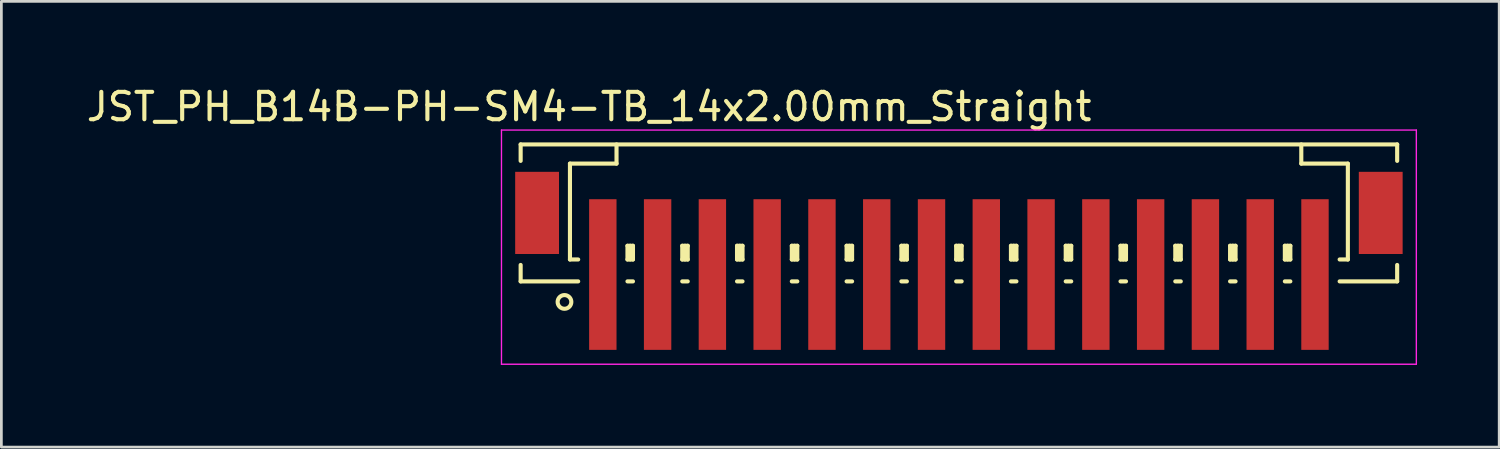
<source format=kicad_pcb>
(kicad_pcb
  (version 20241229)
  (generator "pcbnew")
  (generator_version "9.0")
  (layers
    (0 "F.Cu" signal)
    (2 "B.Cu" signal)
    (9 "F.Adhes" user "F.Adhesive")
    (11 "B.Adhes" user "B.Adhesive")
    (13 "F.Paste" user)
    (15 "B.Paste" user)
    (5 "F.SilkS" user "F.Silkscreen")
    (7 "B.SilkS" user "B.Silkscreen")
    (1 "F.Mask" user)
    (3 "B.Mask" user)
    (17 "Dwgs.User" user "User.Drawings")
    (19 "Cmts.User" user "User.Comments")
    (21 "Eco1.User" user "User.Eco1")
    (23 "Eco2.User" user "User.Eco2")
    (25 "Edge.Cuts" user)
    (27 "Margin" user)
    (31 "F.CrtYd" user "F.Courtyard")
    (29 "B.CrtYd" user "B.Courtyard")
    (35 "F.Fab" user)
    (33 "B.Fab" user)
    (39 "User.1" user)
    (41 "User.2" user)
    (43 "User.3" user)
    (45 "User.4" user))
  (footprint "JST_PH_B14B-PH-SM4-TB_14x2.00mm_Straight"
    (layer "F.Cu")
    (at 31.958 5.848)
    (property "Reference" "JST_PH_B14B-PH-SM4-TB_14x2.00mm_Straight" (at -13.5 -5 0) (layer "F.SilkS") (effects (font (size 1 1) (thickness 0.15))))
    (attr smd)
    (fp_line (start -16 -3.625) (end 16 -3.625) (stroke (width 0.15) (type solid)) (layer "F.SilkS"))
    (fp_line (start -16 -3.025) (end -16 -3.625) (stroke (width 0.15) (type solid)) (layer "F.SilkS"))
    (fp_line (start -16 0.775) (end -16 1.375) (stroke (width 0.15) (type solid)) (layer "F.SilkS"))
    (fp_line (start -16 1.375) (end -13.9 1.375) (stroke (width 0.15) (type solid)) (layer "F.SilkS"))
    (fp_line (start -14.2 -2.925) (end -14.2 0.575) (stroke (width 0.15) (type solid)) (layer "F.SilkS"))
    (fp_line (start -14.2 0.575) (end -13.9 0.575) (stroke (width 0.15) (type solid)) (layer "F.SilkS"))
    (fp_line (start -12.5 -3.625) (end -12.5 -2.925) (stroke (width 0.15) (type solid)) (layer "F.SilkS"))
    (fp_line (start -12.5 -2.925) (end -14.2 -2.925) (stroke (width 0.15) (type solid)) (layer "F.SilkS"))
    (fp_line (start -12.1 0.075) (end -11.9 0.075) (stroke (width 0.15) (type solid)) (layer "F.SilkS"))
    (fp_line (start -12.1 0.575) (end -12.1 0.075) (stroke (width 0.15) (type solid)) (layer "F.SilkS"))
    (fp_line (start -12.1 0.575) (end -11.9 0.575) (stroke (width 0.15) (type solid)) (layer "F.SilkS"))
    (fp_line (start -12.1 1.375) (end -11.9 1.375) (stroke (width 0.15) (type solid)) (layer "F.SilkS"))
    (fp_line (start -12 0.575) (end -12 0.075) (stroke (width 0.15) (type solid)) (layer "F.SilkS"))
    (fp_line (start -11.9 0.075) (end -11.9 0.575) (stroke (width 0.15) (type solid)) (layer "F.SilkS"))
    (fp_line (start -10.1 0.075) (end -9.9 0.075) (stroke (width 0.15) (type solid)) (layer "F.SilkS"))
    (fp_line (start -10.1 0.575) (end -10.1 0.075) (stroke (width 0.15) (type solid)) (layer "F.SilkS"))
    (fp_line (start -10.1 0.575) (end -9.9 0.575) (stroke (width 0.15) (type solid)) (layer "F.SilkS"))
    (fp_line (start -10.1 1.375) (end -9.9 1.375) (stroke (width 0.15) (type solid)) (layer "F.SilkS"))
    (fp_line (start -10 0.575) (end -10 0.075) (stroke (width 0.15) (type solid)) (layer "F.SilkS"))
    (fp_line (start -9.9 0.075) (end -9.9 0.575) (stroke (width 0.15) (type solid)) (layer "F.SilkS"))
    (fp_line (start -8.1 0.075) (end -7.9 0.075) (stroke (width 0.15) (type solid)) (layer "F.SilkS"))
    (fp_line (start -8.1 0.575) (end -8.1 0.075) (stroke (width 0.15) (type solid)) (layer "F.SilkS"))
    (fp_line (start -8.1 0.575) (end -7.9 0.575) (stroke (width 0.15) (type solid)) (layer "F.SilkS"))
    (fp_line (start -8.1 1.375) (end -7.9 1.375) (stroke (width 0.15) (type solid)) (layer "F.SilkS"))
    (fp_line (start -8 0.575) (end -8 0.075) (stroke (width 0.15) (type solid)) (layer "F.SilkS"))
    (fp_line (start -7.9 0.075) (end -7.9 0.575) (stroke (width 0.15) (type solid)) (layer "F.SilkS"))
    (fp_line (start -6.1 0.075) (end -5.9 0.075) (stroke (width 0.15) (type solid)) (layer "F.SilkS"))
    (fp_line (start -6.1 0.575) (end -6.1 0.075) (stroke (width 0.15) (type solid)) (layer "F.SilkS"))
    (fp_line (start -6.1 0.575) (end -5.9 0.575) (stroke (width 0.15) (type solid)) (layer "F.SilkS"))
    (fp_line (start -6.1 1.375) (end -5.9 1.375) (stroke (width 0.15) (type solid)) (layer "F.SilkS"))
    (fp_line (start -6 0.575) (end -6 0.075) (stroke (width 0.15) (type solid)) (layer "F.SilkS"))
    (fp_line (start -5.9 0.075) (end -5.9 0.575) (stroke (width 0.15) (type solid)) (layer "F.SilkS"))
    (fp_line (start -4.1 0.075) (end -3.9 0.075) (stroke (width 0.15) (type solid)) (layer "F.SilkS"))
    (fp_line (start -4.1 0.575) (end -4.1 0.075) (stroke (width 0.15) (type solid)) (layer "F.SilkS"))
    (fp_line (start -4.1 0.575) (end -3.9 0.575) (stroke (width 0.15) (type solid)) (layer "F.SilkS"))
    (fp_line (start -4.1 1.375) (end -3.9 1.375) (stroke (width 0.15) (type solid)) (layer "F.SilkS"))
    (fp_line (start -4 0.575) (end -4 0.075) (stroke (width 0.15) (type solid)) (layer "F.SilkS"))
    (fp_line (start -3.9 0.075) (end -3.9 0.575) (stroke (width 0.15) (type solid)) (layer "F.SilkS"))
    (fp_line (start -2.1 0.075) (end -1.9 0.075) (stroke (width 0.15) (type solid)) (layer "F.SilkS"))
    (fp_line (start -2.1 0.575) (end -2.1 0.075) (stroke (width 0.15) (type solid)) (layer "F.SilkS"))
    (fp_line (start -2.1 0.575) (end -1.9 0.575) (stroke (width 0.15) (type solid)) (layer "F.SilkS"))
    (fp_line (start -2.1 1.375) (end -1.9 1.375) (stroke (width 0.15) (type solid)) (layer "F.SilkS"))
    (fp_line (start -2 0.575) (end -2 0.075) (stroke (width 0.15) (type solid)) (layer "F.SilkS"))
    (fp_line (start -1.9 0.075) (end -1.9 0.575) (stroke (width 0.15) (type solid)) (layer "F.SilkS"))
    (fp_line (start -0.1 0.075) (end 0.1 0.075) (stroke (width 0.15) (type solid)) (layer "F.SilkS"))
    (fp_line (start -0.1 0.575) (end -0.1 0.075) (stroke (width 0.15) (type solid)) (layer "F.SilkS"))
    (fp_line (start -0.1 0.575) (end 0.1 0.575) (stroke (width 0.15) (type solid)) (layer "F.SilkS"))
    (fp_line (start -0.1 1.375) (end 0.1 1.375) (stroke (width 0.15) (type solid)) (layer "F.SilkS"))
    (fp_line (start 0 0.575) (end 0 0.075) (stroke (width 0.15) (type solid)) (layer "F.SilkS"))
    (fp_line (start 0.1 0.075) (end 0.1 0.575) (stroke (width 0.15) (type solid)) (layer "F.SilkS"))
    (fp_line (start 1.9 0.075) (end 2.1 0.075) (stroke (width 0.15) (type solid)) (layer "F.SilkS"))
    (fp_line (start 1.9 0.575) (end 1.9 0.075) (stroke (width 0.15) (type solid)) (layer "F.SilkS"))
    (fp_line (start 1.9 0.575) (end 2.1 0.575) (stroke (width 0.15) (type solid)) (layer "F.SilkS"))
    (fp_line (start 1.9 1.375) (end 2.1 1.375) (stroke (width 0.15) (type solid)) (layer "F.SilkS"))
    (fp_line (start 2 0.575) (end 2 0.075) (stroke (width 0.15) (type solid)) (layer "F.SilkS"))
    (fp_line (start 2.1 0.075) (end 2.1 0.575) (stroke (width 0.15) (type solid)) (layer "F.SilkS"))
    (fp_line (start 3.9 0.075) (end 4.1 0.075) (stroke (width 0.15) (type solid)) (layer "F.SilkS"))
    (fp_line (start 3.9 0.575) (end 3.9 0.075) (stroke (width 0.15) (type solid)) (layer "F.SilkS"))
    (fp_line (start 3.9 0.575) (end 4.1 0.575) (stroke (width 0.15) (type solid)) (layer "F.SilkS"))
    (fp_line (start 3.9 1.375) (end 4.1 1.375) (stroke (width 0.15) (type solid)) (layer "F.SilkS"))
    (fp_line (start 4 0.575) (end 4 0.075) (stroke (width 0.15) (type solid)) (layer "F.SilkS"))
    (fp_line (start 4.1 0.075) (end 4.1 0.575) (stroke (width 0.15) (type solid)) (layer "F.SilkS"))
    (fp_line (start 5.9 0.075) (end 6.1 0.075) (stroke (width 0.15) (type solid)) (layer "F.SilkS"))
    (fp_line (start 5.9 0.575) (end 5.9 0.075) (stroke (width 0.15) (type solid)) (layer "F.SilkS"))
    (fp_line (start 5.9 0.575) (end 6.1 0.575) (stroke (width 0.15) (type solid)) (layer "F.SilkS"))
    (fp_line (start 5.9 1.375) (end 6.1 1.375) (stroke (width 0.15) (type solid)) (layer "F.SilkS"))
    (fp_line (start 6 0.575) (end 6 0.075) (stroke (width 0.15) (type solid)) (layer "F.SilkS"))
    (fp_line (start 6.1 0.075) (end 6.1 0.575) (stroke (width 0.15) (type solid)) (layer "F.SilkS"))
    (fp_line (start 7.9 0.075) (end 8.1 0.075) (stroke (width 0.15) (type solid)) (layer "F.SilkS"))
    (fp_line (start 7.9 0.575) (end 7.9 0.075) (stroke (width 0.15) (type solid)) (layer "F.SilkS"))
    (fp_line (start 7.9 0.575) (end 8.1 0.575) (stroke (width 0.15) (type solid)) (layer "F.SilkS"))
    (fp_line (start 7.9 1.375) (end 8.1 1.375) (stroke (width 0.15) (type solid)) (layer "F.SilkS"))
    (fp_line (start 8 0.575) (end 8 0.075) (stroke (width 0.15) (type solid)) (layer "F.SilkS"))
    (fp_line (start 8.1 0.075) (end 8.1 0.575) (stroke (width 0.15) (type solid)) (layer "F.SilkS"))
    (fp_line (start 9.9 0.075) (end 10.1 0.075) (stroke (width 0.15) (type solid)) (layer "F.SilkS"))
    (fp_line (start 9.9 0.575) (end 9.9 0.075) (stroke (width 0.15) (type solid)) (layer "F.SilkS"))
    (fp_line (start 9.9 0.575) (end 10.1 0.575) (stroke (width 0.15) (type solid)) (layer "F.SilkS"))
    (fp_line (start 9.9 1.375) (end 10.1 1.375) (stroke (width 0.15) (type solid)) (layer "F.SilkS"))
    (fp_line (start 10 0.575) (end 10 0.075) (stroke (width 0.15) (type solid)) (layer "F.SilkS"))
    (fp_line (start 10.1 0.075) (end 10.1 0.575) (stroke (width 0.15) (type solid)) (layer "F.SilkS"))
    (fp_line (start 11.9 0.075) (end 12.1 0.075) (stroke (width 0.15) (type solid)) (layer "F.SilkS"))
    (fp_line (start 11.9 0.575) (end 11.9 0.075) (stroke (width 0.15) (type solid)) (layer "F.SilkS"))
    (fp_line (start 11.9 0.575) (end 12.1 0.575) (stroke (width 0.15) (type solid)) (layer "F.SilkS"))
    (fp_line (start 11.9 1.375) (end 12.1 1.375) (stroke (width 0.15) (type solid)) (layer "F.SilkS"))
    (fp_line (start 12 0.575) (end 12 0.075) (stroke (width 0.15) (type solid)) (layer "F.SilkS"))
    (fp_line (start 12.1 0.075) (end 12.1 0.575) (stroke (width 0.15) (type solid)) (layer "F.SilkS"))
    (fp_line (start 12.5 -3.625) (end 12.5 -2.925) (stroke (width 0.15) (type solid)) (layer "F.SilkS"))
    (fp_line (start 12.5 -2.925) (end 14.2 -2.925) (stroke (width 0.15) (type solid)) (layer "F.SilkS"))
    (fp_line (start 14.2 -2.925) (end 14.2 0.575) (stroke (width 0.15) (type solid)) (layer "F.SilkS"))
    (fp_line (start 14.2 0.575) (end 13.9 0.575) (stroke (width 0.15) (type solid)) (layer "F.SilkS"))
    (fp_line (start 16 -3.625) (end 16 -3.025) (stroke (width 0.15) (type solid)) (layer "F.SilkS"))
    (fp_line (start 16 0.775) (end 16 1.375) (stroke (width 0.15) (type solid)) (layer "F.SilkS"))
    (fp_line (start 16 1.375) (end 13.9 1.375) (stroke (width 0.15) (type solid)) (layer "F.SilkS"))
    (fp_circle (center -14.4 2.125) (end -14.15 2.125) (stroke (width 0.15) (type solid)) (fill no) (layer "F.SilkS"))
    (fp_line (start -16.7 -4.15) (end 16.7 -4.15) (stroke (width 0.05) (type solid)) (layer "F.CrtYd"))
    (fp_line (start -16.7 4.4) (end -16.7 -4.15) (stroke (width 0.05) (type solid)) (layer "F.CrtYd"))
    (fp_line (start 16.7 -4.15) (end 16.7 4.4) (stroke (width 0.05) (type solid)) (layer "F.CrtYd"))
    (fp_line (start 16.7 4.4) (end -16.7 4.4) (stroke (width 0.05) (type solid)) (layer "F.CrtYd"))
    (pad "" smd rect (at -15.4 -1.125) (size 1.6 3) (layers "F.Cu" "F.Mask" "F.Paste"))
    (pad "" smd rect (at 15.4 -1.125) (size 1.6 3) (layers "F.Cu" "F.Mask" "F.Paste"))
    (pad "1" smd rect (at -13 1.125) (size 1 5.5) (layers "F.Cu" "F.Mask" "F.Paste"))
    (pad "2" smd rect (at -11 1.125) (size 1 5.5) (layers "F.Cu" "F.Mask" "F.Paste"))
    (pad "3" smd rect (at -9 1.125) (size 1 5.5) (layers "F.Cu" "F.Mask" "F.Paste"))
    (pad "4" smd rect (at -7 1.125) (size 1 5.5) (layers "F.Cu" "F.Mask" "F.Paste"))
    (pad "5" smd rect (at -5 1.125) (size 1 5.5) (layers "F.Cu" "F.Mask" "F.Paste"))
    (pad "6" smd rect (at -3 1.125) (size 1 5.5) (layers "F.Cu" "F.Mask" "F.Paste"))
    (pad "7" smd rect (at -1 1.125) (size 1 5.5) (layers "F.Cu" "F.Mask" "F.Paste"))
    (pad "8" smd rect (at 1 1.125) (size 1 5.5) (layers "F.Cu" "F.Mask" "F.Paste"))
    (pad "9" smd rect (at 3 1.125) (size 1 5.5) (layers "F.Cu" "F.Mask" "F.Paste"))
    (pad "10" smd rect (at 5 1.125) (size 1 5.5) (layers "F.Cu" "F.Mask" "F.Paste"))
    (pad "11" smd rect (at 7 1.125) (size 1 5.5) (layers "F.Cu" "F.Mask" "F.Paste"))
    (pad "12" smd rect (at 9 1.125) (size 1 5.5) (layers "F.Cu" "F.Mask" "F.Paste"))
    (pad "13" smd rect (at 11 1.125) (size 1 5.5) (layers "F.Cu" "F.Mask" "F.Paste"))
    (pad "14" smd rect (at 13 1.125) (size 1 5.5) (layers "F.Cu" "F.Mask" "F.Paste")))
  (gr_rect
    (start -3 -3)
    (end 51.683 13.273)
    (stroke (width 0.1) (type default))
    (fill no)
    (layer "Edge.Cuts")))
</source>
